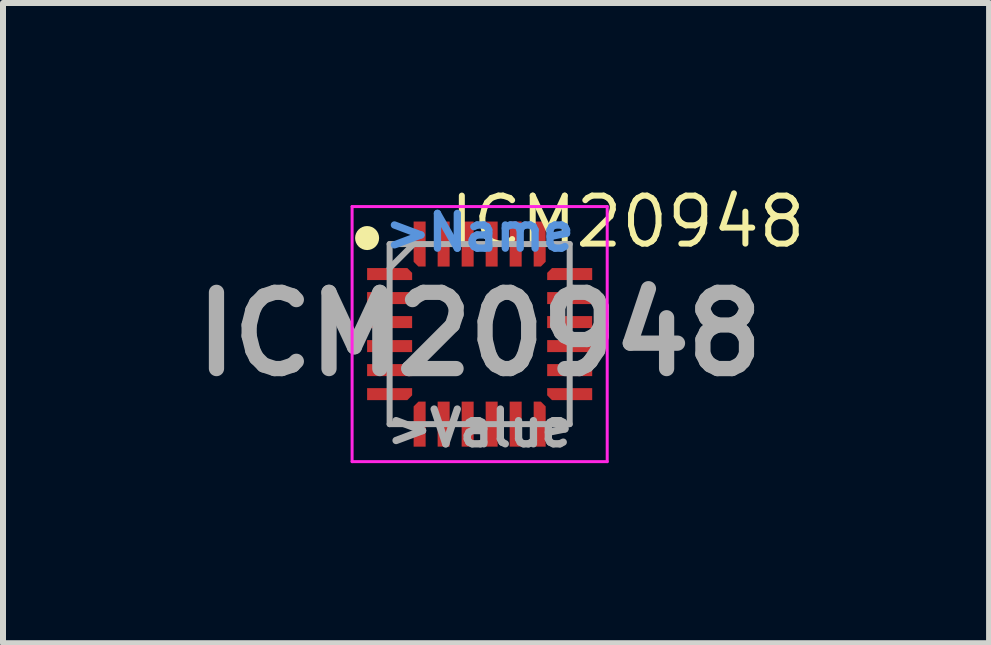
<source format=kicad_pcb>
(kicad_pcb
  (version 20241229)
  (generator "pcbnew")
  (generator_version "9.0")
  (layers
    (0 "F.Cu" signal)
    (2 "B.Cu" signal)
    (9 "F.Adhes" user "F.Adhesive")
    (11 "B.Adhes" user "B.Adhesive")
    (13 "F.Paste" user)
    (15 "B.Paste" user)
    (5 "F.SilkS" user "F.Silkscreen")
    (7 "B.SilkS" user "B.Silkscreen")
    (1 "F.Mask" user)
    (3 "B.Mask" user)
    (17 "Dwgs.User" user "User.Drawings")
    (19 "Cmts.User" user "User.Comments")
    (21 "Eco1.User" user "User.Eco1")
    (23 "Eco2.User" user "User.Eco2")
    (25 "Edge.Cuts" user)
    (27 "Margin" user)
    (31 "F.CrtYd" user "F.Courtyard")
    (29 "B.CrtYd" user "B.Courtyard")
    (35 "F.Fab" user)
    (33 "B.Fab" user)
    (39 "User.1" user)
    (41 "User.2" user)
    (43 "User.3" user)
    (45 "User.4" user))
  (footprint "ICM20948"
    (layer "F.Cu")
    (at 4.941 2.516)
    (property "Reference" "ICM20948" (at 2.465 -1.872 180) (layer "F.SilkS") (effects (font (size 0.8 0.8) (thickness 0.1))))
    (attr smd)
    (fp_circle (center -1.875 -1.6) (end -1.875 -1.5) (stroke (width 0.2) (type solid)) (fill no) (layer "F.SilkS"))
    (fp_line (start -2.125 -2.125) (end -2.125 2.125) (stroke (width 0.05) (type solid)) (layer "F.CrtYd"))
    (fp_line (start -2.125 2.125) (end 2.125 2.125) (stroke (width 0.05) (type solid)) (layer "F.CrtYd"))
    (fp_line (start 2.125 -2.125) (end -2.125 -2.125) (stroke (width 0.05) (type solid)) (layer "F.CrtYd"))
    (fp_line (start 2.125 2.125) (end 2.125 -2.125) (stroke (width 0.05) (type solid)) (layer "F.CrtYd"))
    (fp_line (start -1.5 -1.5) (end -1.5 1.5) (stroke (width 0.1) (type solid)) (layer "F.Fab"))
    (fp_line (start -1.5 1.5) (end 1.5 1.5) (stroke (width 0.1) (type solid)) (layer "F.Fab"))
    (fp_line (start -1.1 -1.5) (end -1.5 -1.1) (stroke (width 0.1) (type solid)) (layer "F.Fab"))
    (fp_line (start 1.5 -1.5) (end -1.5 -1.5) (stroke (width 0.1) (type solid)) (layer "F.Fab"))
    (fp_line (start 1.5 1.5) (end 1.5 -1.5) (stroke (width 0.1) (type solid)) (layer "F.Fab"))
    (fp_text user ">Name" (at 0 -2.032 180) (layer "Cmts.User") (effects (font (size 0.579 0.579) (thickness 0.122)) (justify top)))
    (fp_text user ">Value" (at 0 1.905 180) (layer "F.Fab") (effects (font (size 0.579 0.579) (thickness 0.122)) (justify bottom)))
    (fp_text user "${REFERENCE}" (at 0 0 180) (layer "F.Fab") (effects (font (size 1.27 1.27) (thickness 0.254))))
    (pad "1" smd roundrect (at -1.5 -1 90) (size 0.2 0.75) (layers "F.Cu" "F.Mask" "F.Paste") (roundrect_rratio 0) (chamfer_ratio 0.4) (chamfer bottom_right))
    (pad "2" smd rect (at -1.5 -0.6 90) (size 0.2 0.75) (layers "F.Cu" "F.Mask" "F.Paste"))
    (pad "3" smd rect (at -1.5 -0.2 90) (size 0.2 0.75) (layers "F.Cu" "F.Mask" "F.Paste"))
    (pad "4" smd rect (at -1.5 0.2 90) (size 0.2 0.75) (layers "F.Cu" "F.Mask" "F.Paste"))
    (pad "5" smd rect (at -1.5 0.6 90) (size 0.2 0.75) (layers "F.Cu" "F.Mask" "F.Paste"))
    (pad "6" smd roundrect (at -1.5 1 90) (size 0.2 0.75) (layers "F.Cu" "F.Mask" "F.Paste") (roundrect_rratio 0) (chamfer_ratio 0.4) (chamfer bottom_left))
    (pad "7" smd roundrect (at -1 1.5) (size 0.2 0.75) (layers "F.Cu" "F.Mask" "F.Paste") (roundrect_rratio 0) (chamfer_ratio 0.4) (chamfer top_left))
    (pad "8" smd rect (at -0.6 1.5) (size 0.2 0.75) (layers "F.Cu" "F.Mask" "F.Paste"))
    (pad "9" smd rect (at -0.2 1.5) (size 0.2 0.75) (layers "F.Cu" "F.Mask" "F.Paste"))
    (pad "10" smd rect (at 0.2 1.5) (size 0.2 0.75) (layers "F.Cu" "F.Mask" "F.Paste"))
    (pad "11" smd rect (at 0.6 1.5) (size 0.2 0.75) (layers "F.Cu" "F.Mask" "F.Paste"))
    (pad "12" smd roundrect (at 1 1.5) (size 0.2 0.75) (layers "F.Cu" "F.Mask" "F.Paste") (roundrect_rratio 0) (chamfer_ratio 0.4) (chamfer top_right))
    (pad "13" smd roundrect (at 1.5 1 90) (size 0.2 0.75) (layers "F.Cu" "F.Mask" "F.Paste") (roundrect_rratio 0) (chamfer_ratio 0.4) (chamfer top_left))
    (pad "14" smd rect (at 1.5 0.6 90) (size 0.2 0.75) (layers "F.Cu" "F.Mask" "F.Paste"))
    (pad "15" smd rect (at 1.5 0.2 90) (size 0.2 0.75) (layers "F.Cu" "F.Mask" "F.Paste"))
    (pad "16" smd rect (at 1.5 -0.2 90) (size 0.2 0.75) (layers "F.Cu" "F.Mask" "F.Paste"))
    (pad "17" smd rect (at 1.5 -0.6 90) (size 0.2 0.75) (layers "F.Cu" "F.Mask" "F.Paste"))
    (pad "18" smd roundrect (at 1.5 -1 90) (size 0.2 0.75) (layers "F.Cu" "F.Mask" "F.Paste") (roundrect_rratio 0) (chamfer_ratio 0.4) (chamfer top_right))
    (pad "19" smd roundrect (at 1 -1.5) (size 0.2 0.75) (layers "F.Cu" "F.Mask" "F.Paste") (roundrect_rratio 0) (chamfer_ratio 0.4) (chamfer bottom_right))
    (pad "20" smd rect (at 0.6 -1.5) (size 0.2 0.75) (layers "F.Cu" "F.Mask" "F.Paste"))
    (pad "21" smd rect (at 0.2 -1.5) (size 0.2 0.75) (layers "F.Cu" "F.Mask" "F.Paste"))
    (pad "22" smd rect (at -0.2 -1.5) (size 0.2 0.75) (layers "F.Cu" "F.Mask" "F.Paste"))
    (pad "23" smd rect (at -0.6 -1.5) (size 0.2 0.75) (layers "F.Cu" "F.Mask" "F.Paste"))
    (pad "24" smd roundrect (at -1 -1.5) (size 0.2 0.75) (layers "F.Cu" "F.Mask" "F.Paste") (roundrect_rratio 0) (chamfer_ratio 0.4) (chamfer bottom_left)))
  (gr_rect
    (start -3 -3)
    (end 13.428 7.666)
    (stroke (width 0.1) (type default))
    (fill no)
    (layer "Edge.Cuts")))
</source>
